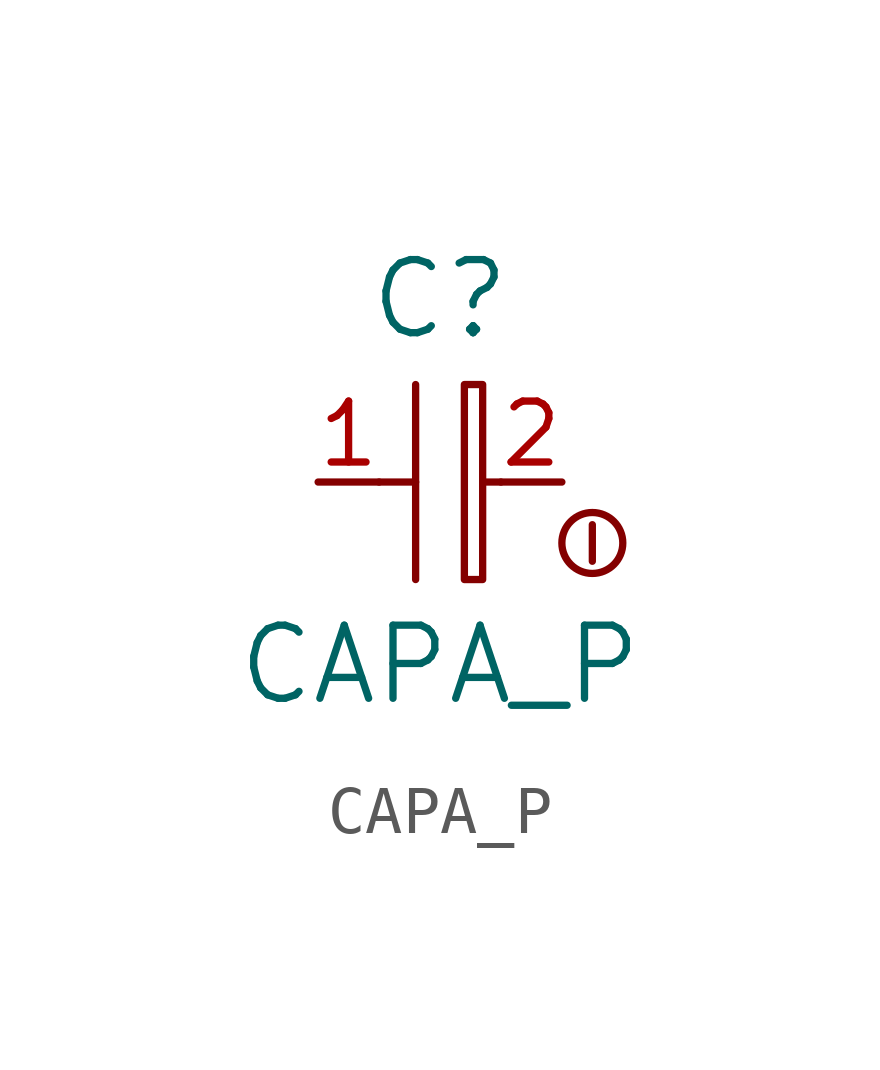
<source format=kicad_sym>
(kicad_symbol_lib
  (version 20211014)
  (generator kicad_symbol_editor)
  (symbol "CAPA_P"
    (pin_names
      (offset 1.016) hide)
    (property "Reference" "C"
      (at 0 3.81 0)
      (effects (font (size 1.524 1.524))))
    (property "Value" "CAPA_P"
      (at 0 -3.81 0)
      (effects (font (size 1.524 1.524))))
    (property "Footprint" ""
      (at 0 0 0)
      (effects (font (size 1.524 1.524))))
    (property "Datasheet" ""
      (at 0 0 0)
      (effects (font (size 1.524 1.524))))
    (symbol "CAPA_P_0_1"
      (polyline (pts (xy -0.508 0) (xy -1.27 0)) (stroke (width 0) (type default) (color 0 0 0 0)) (fill (type none)))
      (polyline (pts (xy -0.508 2.032) (xy -0.508 -2.032)) (stroke (width 0) (type default) (color 0 0 0 0)) (fill (type none)))
      (polyline (pts (xy 0.889 0) (xy 1.27 0)) (stroke (width 0) (type default) (color 0 0 0 0)) (fill (type none)))
      (polyline (pts (xy 3.175 -0.889) (xy 3.175 -1.651)) (stroke (width 0.152) (type default) (color 0 0 0 0)) (fill (type none)))
      (rectangle (start 0.508 2.032) (end 0.889 -2.032) (stroke (width 0) (type default) (color 0 0 0 0)) (fill (type none)))
      (circle (center 3.175 -1.27) (radius 0.635) (stroke (width 0.152) (type default) (color 0 0 0 0)) (fill (type none))))
    (symbol "CAPA_P_1_1"
      (pin passive line (at -2.54 0 0) (length 1.27) (name "~" (effects (font (size 1.27 1.27)))) (number "1" (effects (font (size 1.27 1.27)))))
      (pin passive line (at 2.54 0 180) (length 1.27) (name "~" (effects (font (size 1.27 1.27)))) (number "2" (effects (font (size 1.27 1.27))))))))
</source>
